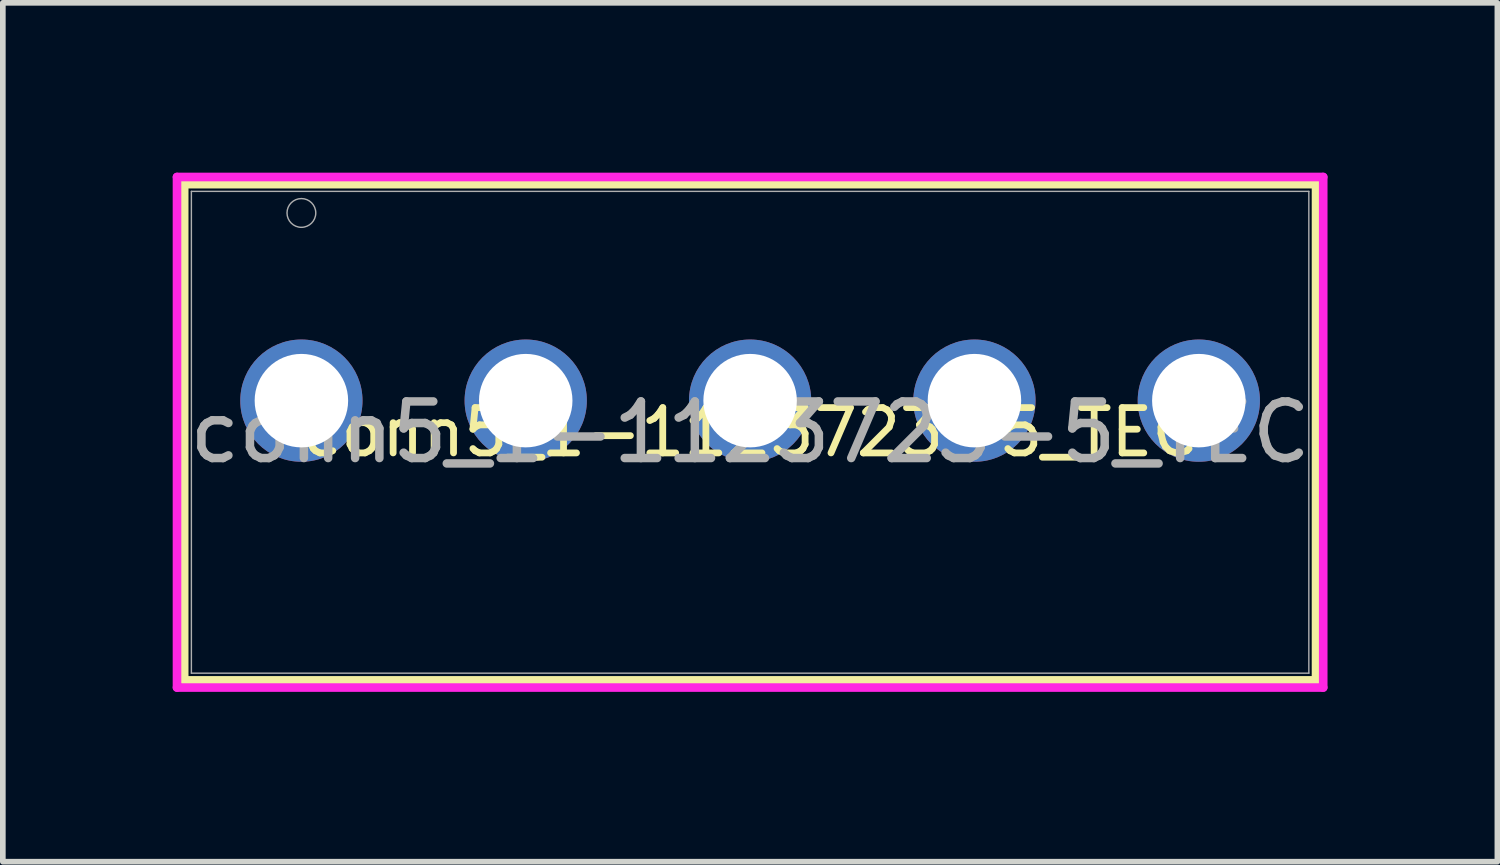
<source format=kicad_pcb>
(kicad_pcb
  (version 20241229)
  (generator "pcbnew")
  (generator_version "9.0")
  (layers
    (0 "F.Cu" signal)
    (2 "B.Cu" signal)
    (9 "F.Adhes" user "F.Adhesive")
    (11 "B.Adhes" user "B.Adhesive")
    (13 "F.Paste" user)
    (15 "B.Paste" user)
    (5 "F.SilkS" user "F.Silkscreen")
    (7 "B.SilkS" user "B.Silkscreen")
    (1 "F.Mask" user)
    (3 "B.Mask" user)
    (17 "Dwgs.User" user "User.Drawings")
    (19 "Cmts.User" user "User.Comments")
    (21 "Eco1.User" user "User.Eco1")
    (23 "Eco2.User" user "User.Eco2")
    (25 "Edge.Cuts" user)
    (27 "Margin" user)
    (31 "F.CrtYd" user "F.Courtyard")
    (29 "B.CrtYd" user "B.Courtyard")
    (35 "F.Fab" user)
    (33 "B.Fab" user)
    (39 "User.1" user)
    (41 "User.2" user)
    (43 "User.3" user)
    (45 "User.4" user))
  (footprint "conn5_1-1123723-5_TEC"
    (layer "F.Cu")
    (at 2.273 4.026)
    (property "Reference" "conn5_1-1123723-5_TEC" (at 7.925 0.559 0) (unlocked yes) (layer "F.SilkS") (effects (font (size 0.8 0.8) (thickness 0.12))))
    (attr through_hole)
    (fp_line (start -2.07 -3.823) (end -2.07 4.94) (stroke (width 0.152) (type solid)) (layer "F.SilkS"))
    (fp_line (start -2.07 4.94) (end 17.92 4.94) (stroke (width 0.152) (type solid)) (layer "F.SilkS"))
    (fp_line (start 17.92 -3.823) (end -2.07 -3.823) (stroke (width 0.152) (type solid)) (layer "F.SilkS"))
    (fp_line (start 17.92 4.94) (end 17.92 -3.823) (stroke (width 0.152) (type solid)) (layer "F.SilkS"))
    (fp_line (start -2.197 -3.95) (end -2.197 5.067) (stroke (width 0.152) (type solid)) (layer "F.CrtYd"))
    (fp_line (start -2.197 5.067) (end 18.047 5.067) (stroke (width 0.152) (type solid)) (layer "F.CrtYd"))
    (fp_line (start 18.047 -3.95) (end -2.197 -3.95) (stroke (width 0.152) (type solid)) (layer "F.CrtYd"))
    (fp_line (start 18.047 5.067) (end 18.047 -3.95) (stroke (width 0.152) (type solid)) (layer "F.CrtYd"))
    (fp_line (start -1.943 -3.696) (end -1.943 4.813) (stroke (width 0.025) (type solid)) (layer "F.Fab"))
    (fp_line (start -1.943 4.813) (end 17.793 4.813) (stroke (width 0.025) (type solid)) (layer "F.Fab"))
    (fp_line (start 17.793 -3.696) (end -1.943 -3.696) (stroke (width 0.025) (type solid)) (layer "F.Fab"))
    (fp_line (start 17.793 4.813) (end 17.793 -3.696) (stroke (width 0.025) (type solid)) (layer "F.Fab"))
    (fp_circle (center 0 -3.315) (end 0.254 -3.315) (stroke (width 0.025) (type solid)) (fill no) (layer "F.Fab"))
    (fp_text user "${REFERENCE}" (at 7.925 0.559 0) (unlocked yes) (layer "F.Fab") (effects (font (size 1 1) (thickness 0.15))))
    (pad "1" thru_hole circle (at 0 0) (size 2.159 2.159) (drill 1.651) (layers "*.Cu" "*.Mask"))
    (pad "2" thru_hole circle (at 3.962 0) (size 2.159 2.159) (drill 1.651) (layers "*.Cu" "*.Mask"))
    (pad "3" thru_hole circle (at 7.925 0) (size 2.159 2.159) (drill 1.651) (layers "*.Cu" "*.Mask"))
    (pad "4" thru_hole circle (at 11.887 0) (size 2.159 2.159) (drill 1.651) (layers "*.Cu" "*.Mask"))
    (pad "5" thru_hole circle (at 15.85 0) (size 2.159 2.159) (drill 1.651) (layers "*.Cu" "*.Mask")))
  (gr_rect
    (start -3 -3)
    (end 23.396 12.169)
    (stroke (width 0.1) (type default))
    (fill no)
    (layer "Edge.Cuts")))
</source>
